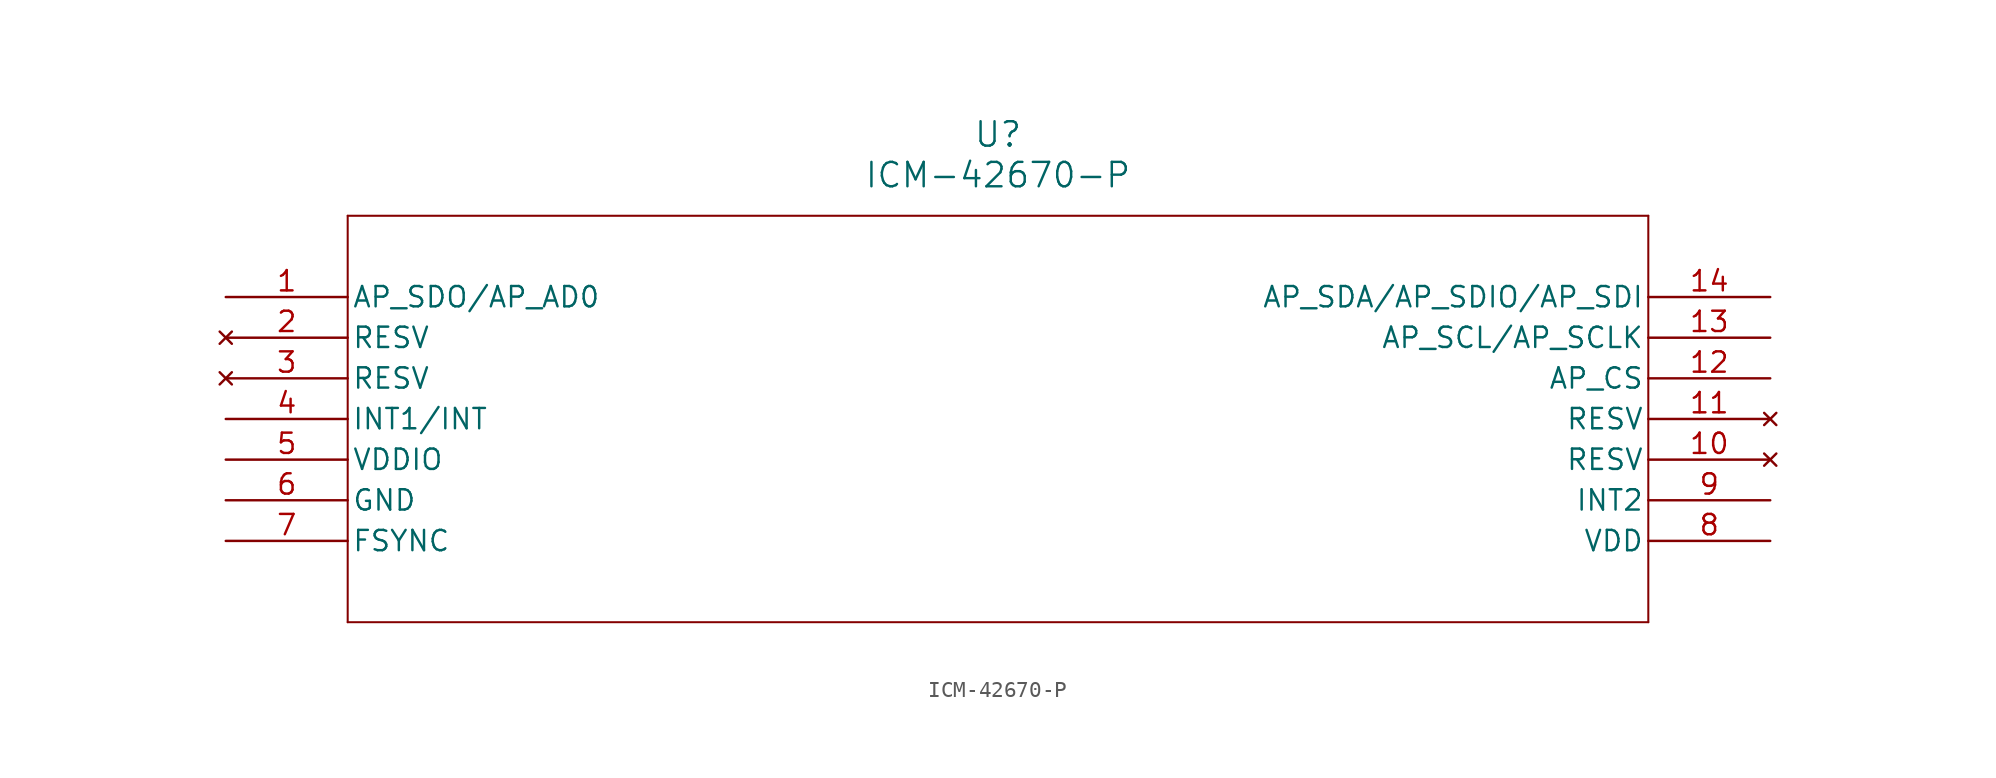
<source format=kicad_sym>
(kicad_symbol_lib
  (version 20241209)
  (generator "kicad_symbol_editor")
  (generator_version "9.0")
  (symbol "ICM-42670-P"
    (pin_names
      (offset 0.254))
    (property "Reference" "U"
      (at 48.26 10.16 0)
      (effects (font (size 1.524 1.524))))
    (property "Value" "ICM-42670-P"
      (at 48.26 7.62 0)
      (effects (font (size 1.524 1.524))))
    (symbol "ICM-42670-P_0_1"
      (polyline (pts (xy 7.62 5.08) (xy 7.62 -20.32)) (stroke (width 0.127) (type default)) (fill (type none)))
      (polyline (pts (xy 7.62 -20.32) (xy 88.9 -20.32)) (stroke (width 0.127) (type default)) (fill (type none)))
      (polyline (pts (xy 88.9 5.08) (xy 7.62 5.08)) (stroke (width 0.127) (type default)) (fill (type none)))
      (polyline (pts (xy 88.9 -20.32) (xy 88.9 5.08)) (stroke (width 0.127) (type default)) (fill (type none)))
      (pin bidirectional line (at 0 0 0) (length 7.62) (name "AP_SDO/AP_AD0" (effects (font (size 1.27 1.27)))) (number "1" (effects (font (size 1.27 1.27)))))
      (pin no_connect line (at 0 -2.54 0) (length 7.62) (name "RESV" (effects (font (size 1.27 1.27)))) (number "2" (effects (font (size 1.27 1.27)))))
      (pin no_connect line (at 0 -5.08 0) (length 7.62) (name "RESV" (effects (font (size 1.27 1.27)))) (number "3" (effects (font (size 1.27 1.27)))))
      (pin output line (at 0 -7.62 0) (length 7.62) (name "INT1/INT" (effects (font (size 1.27 1.27)))) (number "4" (effects (font (size 1.27 1.27)))))
      (pin power_in line (at 0 -10.16 0) (length 7.62) (name "VDDIO" (effects (font (size 1.27 1.27)))) (number "5" (effects (font (size 1.27 1.27)))))
      (pin power_out line (at 0 -12.7 0) (length 7.62) (name "GND" (effects (font (size 1.27 1.27)))) (number "6" (effects (font (size 1.27 1.27)))))
      (pin input line (at 0 -15.24 0) (length 7.62) (name "FSYNC" (effects (font (size 1.27 1.27)))) (number "7" (effects (font (size 1.27 1.27)))))
      (pin bidirectional line (at 96.52 0 180) (length 7.62) (name "AP_SDA/AP_SDIO/AP_SDI" (effects (font (size 1.27 1.27)))) (number "14" (effects (font (size 1.27 1.27)))))
      (pin bidirectional line (at 96.52 -2.54 180) (length 7.62) (name "AP_SCL/AP_SCLK" (effects (font (size 1.27 1.27)))) (number "13" (effects (font (size 1.27 1.27)))))
      (pin input line (at 96.52 -5.08 180) (length 7.62) (name "AP_CS" (effects (font (size 1.27 1.27)))) (number "12" (effects (font (size 1.27 1.27)))))
      (pin no_connect line (at 96.52 -7.62 180) (length 7.62) (name "RESV" (effects (font (size 1.27 1.27)))) (number "11" (effects (font (size 1.27 1.27)))))
      (pin no_connect line (at 96.52 -10.16 180) (length 7.62) (name "RESV" (effects (font (size 1.27 1.27)))) (number "10" (effects (font (size 1.27 1.27)))))
      (pin output line (at 96.52 -12.7 180) (length 7.62) (name "INT2" (effects (font (size 1.27 1.27)))) (number "9" (effects (font (size 1.27 1.27)))))
      (pin power_in line (at 96.52 -15.24 180) (length 7.62) (name "VDD" (effects (font (size 1.27 1.27)))) (number "8" (effects (font (size 1.27 1.27))))))))
</source>
